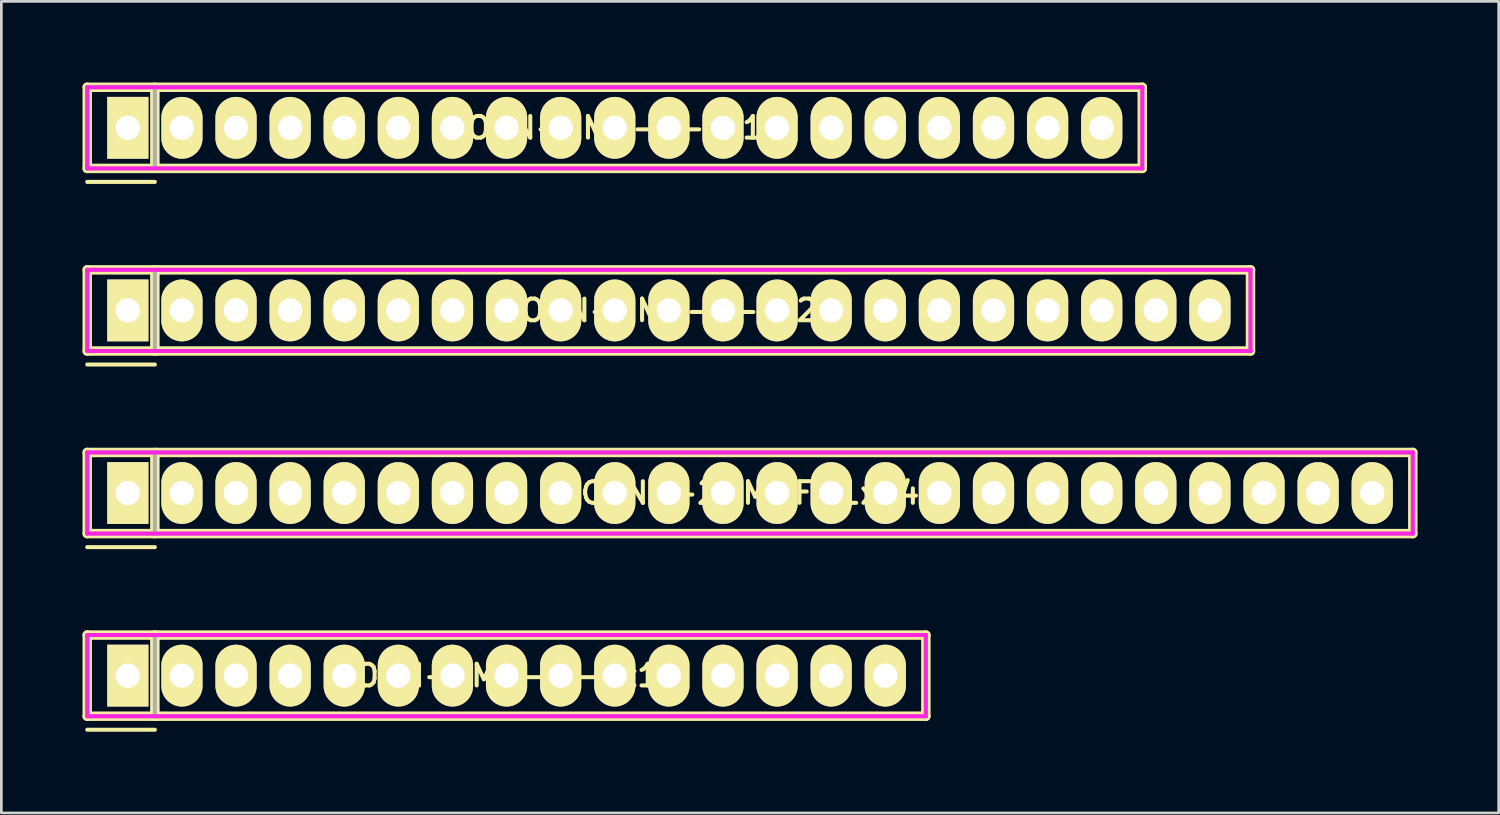
<source format=kicad_pcb>
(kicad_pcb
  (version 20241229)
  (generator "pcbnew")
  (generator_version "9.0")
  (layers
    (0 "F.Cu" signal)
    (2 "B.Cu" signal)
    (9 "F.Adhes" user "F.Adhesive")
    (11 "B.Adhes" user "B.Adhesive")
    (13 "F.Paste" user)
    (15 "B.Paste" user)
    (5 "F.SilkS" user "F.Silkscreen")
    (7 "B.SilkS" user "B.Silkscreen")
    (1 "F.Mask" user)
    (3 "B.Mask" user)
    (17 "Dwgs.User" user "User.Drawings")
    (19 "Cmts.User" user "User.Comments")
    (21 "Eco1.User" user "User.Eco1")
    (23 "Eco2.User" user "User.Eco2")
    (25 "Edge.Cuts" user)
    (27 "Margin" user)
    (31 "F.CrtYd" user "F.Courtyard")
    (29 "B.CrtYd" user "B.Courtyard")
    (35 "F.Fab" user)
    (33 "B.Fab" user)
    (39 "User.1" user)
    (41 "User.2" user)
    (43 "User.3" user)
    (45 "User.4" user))
  (footprint "CONN-2MM-F-1x24"
    (layer "F.Cu")
    (at 24.675 15.175)
    (property "Reference" "CONN-2MM-F-1x24" (at 0 0 0) (layer "F.SilkS") (effects (font (size 0.8 0.8) (thickness 0.15))))
    (attr through_hole)
    (fp_line (start -24.5 -1.5) (end 24.5 -1.5) (stroke (width 0.35) (type solid)) (layer "F.SilkS"))
    (fp_line (start -24.5 1.5) (end -24.5 -1.5) (stroke (width 0.35) (type solid)) (layer "F.SilkS"))
    (fp_line (start -24.5 2) (end -22 2) (stroke (width 0.15) (type solid)) (layer "F.SilkS"))
    (fp_line (start -22 -1.5) (end -22 1.5) (stroke (width 0.35) (type solid)) (layer "F.SilkS"))
    (fp_line (start 24.5 -1.5) (end 24.5 1.5) (stroke (width 0.35) (type solid)) (layer "F.SilkS"))
    (fp_line (start 24.5 1.5) (end -24.5 1.5) (stroke (width 0.35) (type solid)) (layer "F.SilkS"))
    (fp_line (start -24.5 -1.5) (end 24.5 -1.5) (stroke (width 0.15) (type solid)) (layer "F.CrtYd"))
    (fp_line (start -24.5 1.5) (end -24.5 -1.5) (stroke (width 0.15) (type solid)) (layer "F.CrtYd"))
    (fp_line (start 24.5 -1.5) (end 24.5 1.5) (stroke (width 0.15) (type solid)) (layer "F.CrtYd"))
    (fp_line (start 24.5 1.5) (end -24.5 1.5) (stroke (width 0.15) (type solid)) (layer "F.CrtYd"))
    (fp_line (start -24.5 -1.5) (end 24.5 -1.5) (stroke (width 0.15) (type solid)) (layer "F.Fab"))
    (fp_line (start -24.5 1.5) (end -24.5 -1.5) (stroke (width 0.15) (type solid)) (layer "F.Fab"))
    (fp_line (start -22 -1.5) (end -22 1.5) (stroke (width 0.15) (type solid)) (layer "F.Fab"))
    (fp_line (start 24.5 -1.5) (end 24.5 1.5) (stroke (width 0.15) (type solid)) (layer "F.Fab"))
    (fp_line (start 24.5 1.5) (end -24.5 1.5) (stroke (width 0.15) (type solid)) (layer "F.Fab"))
    (pad "1" thru_hole rect (at -23 0) (size 1.524 2.286) (drill 0.9) (layers "*.Cu" "*.Mask" "F.SilkS"))
    (pad "2" thru_hole oval (at -21 0) (size 1.524 2.286) (drill 0.9) (layers "*.Cu" "*.Mask" "F.SilkS"))
    (pad "3" thru_hole oval (at -19 0) (size 1.524 2.286) (drill 0.9) (layers "*.Cu" "*.Mask" "F.SilkS"))
    (pad "4" thru_hole oval (at -17 0) (size 1.524 2.286) (drill 0.9) (layers "*.Cu" "*.Mask" "F.SilkS"))
    (pad "5" thru_hole oval (at -15 0) (size 1.524 2.286) (drill 0.9) (layers "*.Cu" "*.Mask" "F.SilkS"))
    (pad "6" thru_hole oval (at -13 0) (size 1.524 2.286) (drill 0.9) (layers "*.Cu" "*.Mask" "F.SilkS"))
    (pad "7" thru_hole oval (at -11 0) (size 1.524 2.286) (drill 0.9) (layers "*.Cu" "*.Mask" "F.SilkS"))
    (pad "8" thru_hole oval (at -9 0) (size 1.524 2.286) (drill 0.9) (layers "*.Cu" "*.Mask" "F.SilkS"))
    (pad "9" thru_hole oval (at -7 0) (size 1.524 2.286) (drill 0.9) (layers "*.Cu" "*.Mask" "F.SilkS"))
    (pad "10" thru_hole oval (at -5 0) (size 1.524 2.286) (drill 0.9) (layers "*.Cu" "*.Mask" "F.SilkS"))
    (pad "11" thru_hole oval (at -3 0) (size 1.524 2.286) (drill 0.9) (layers "*.Cu" "*.Mask" "F.SilkS"))
    (pad "12" thru_hole oval (at -1 0) (size 1.524 2.286) (drill 0.9) (layers "*.Cu" "*.Mask" "F.SilkS"))
    (pad "13" thru_hole oval (at 1 0) (size 1.524 2.286) (drill 0.9) (layers "*.Cu" "*.Mask" "F.SilkS"))
    (pad "14" thru_hole oval (at 3 0) (size 1.524 2.286) (drill 0.9) (layers "*.Cu" "*.Mask" "F.SilkS"))
    (pad "15" thru_hole oval (at 5 0) (size 1.524 2.286) (drill 0.9) (layers "*.Cu" "*.Mask" "F.SilkS"))
    (pad "16" thru_hole oval (at 7 0) (size 1.524 2.286) (drill 0.9) (layers "*.Cu" "*.Mask" "F.SilkS"))
    (pad "17" thru_hole oval (at 9 0) (size 1.524 2.286) (drill 0.9) (layers "*.Cu" "*.Mask" "F.SilkS"))
    (pad "18" thru_hole oval (at 11 0) (size 1.524 2.286) (drill 0.9) (layers "*.Cu" "*.Mask" "F.SilkS"))
    (pad "19" thru_hole oval (at 13 0) (size 1.524 2.286) (drill 0.9) (layers "*.Cu" "*.Mask" "F.SilkS"))
    (pad "20" thru_hole oval (at 15 0) (size 1.524 2.286) (drill 0.9) (layers "*.Cu" "*.Mask" "F.SilkS"))
    (pad "21" thru_hole oval (at 17 0) (size 1.524 2.286) (drill 0.9) (layers "*.Cu" "*.Mask" "F.SilkS"))
    (pad "22" thru_hole oval (at 19 0) (size 1.524 2.286) (drill 0.9) (layers "*.Cu" "*.Mask" "F.SilkS"))
    (pad "23" thru_hole oval (at 21 0) (size 1.524 2.286) (drill 0.9) (layers "*.Cu" "*.Mask" "F.SilkS"))
    (pad "24" thru_hole oval (at 23 0) (size 1.524 2.286) (drill 0.9) (layers "*.Cu" "*.Mask" "F.SilkS")))
  (footprint "CONN-2MM-F-1x19"
    (layer "F.Cu")
    (at 19.675 1.675)
    (property "Reference" "CONN-2MM-F-1x19" (at 0 0 0) (layer "F.SilkS") (effects (font (size 0.8 0.8) (thickness 0.15))))
    (attr through_hole)
    (fp_line (start -19.5 -1.5) (end 19.5 -1.5) (stroke (width 0.35) (type solid)) (layer "F.SilkS"))
    (fp_line (start -19.5 1.5) (end -19.5 -1.5) (stroke (width 0.35) (type solid)) (layer "F.SilkS"))
    (fp_line (start -19.5 2) (end -17 2) (stroke (width 0.15) (type solid)) (layer "F.SilkS"))
    (fp_line (start -17 -1.5) (end -17 1.5) (stroke (width 0.35) (type solid)) (layer "F.SilkS"))
    (fp_line (start 19.5 -1.5) (end 19.5 1.5) (stroke (width 0.35) (type solid)) (layer "F.SilkS"))
    (fp_line (start 19.5 1.5) (end -19.5 1.5) (stroke (width 0.35) (type solid)) (layer "F.SilkS"))
    (fp_line (start -19.5 -1.5) (end 19.5 -1.5) (stroke (width 0.15) (type solid)) (layer "F.CrtYd"))
    (fp_line (start -19.5 1.5) (end -19.5 -1.5) (stroke (width 0.15) (type solid)) (layer "F.CrtYd"))
    (fp_line (start 19.5 -1.5) (end 19.5 1.5) (stroke (width 0.15) (type solid)) (layer "F.CrtYd"))
    (fp_line (start 19.5 1.5) (end -19.5 1.5) (stroke (width 0.15) (type solid)) (layer "F.CrtYd"))
    (fp_line (start -19.5 -1.5) (end 19.5 -1.5) (stroke (width 0.15) (type solid)) (layer "F.Fab"))
    (fp_line (start -19.5 1.5) (end -19.5 -1.5) (stroke (width 0.15) (type solid)) (layer "F.Fab"))
    (fp_line (start -17 -1.5) (end -17 1.5) (stroke (width 0.15) (type solid)) (layer "F.Fab"))
    (fp_line (start 19.5 -1.5) (end 19.5 1.5) (stroke (width 0.15) (type solid)) (layer "F.Fab"))
    (fp_line (start 19.5 1.5) (end -19.5 1.5) (stroke (width 0.15) (type solid)) (layer "F.Fab"))
    (pad "1" thru_hole rect (at -18 0) (size 1.524 2.286) (drill 0.9) (layers "*.Cu" "*.Mask" "F.SilkS"))
    (pad "2" thru_hole oval (at -16 0) (size 1.524 2.286) (drill 0.9) (layers "*.Cu" "*.Mask" "F.SilkS"))
    (pad "3" thru_hole oval (at -14 0) (size 1.524 2.286) (drill 0.9) (layers "*.Cu" "*.Mask" "F.SilkS"))
    (pad "4" thru_hole oval (at -12 0) (size 1.524 2.286) (drill 0.9) (layers "*.Cu" "*.Mask" "F.SilkS"))
    (pad "5" thru_hole oval (at -10 0) (size 1.524 2.286) (drill 0.9) (layers "*.Cu" "*.Mask" "F.SilkS"))
    (pad "6" thru_hole oval (at -8 0) (size 1.524 2.286) (drill 0.9) (layers "*.Cu" "*.Mask" "F.SilkS"))
    (pad "7" thru_hole oval (at -6 0) (size 1.524 2.286) (drill 0.9) (layers "*.Cu" "*.Mask" "F.SilkS"))
    (pad "8" thru_hole oval (at -4 0) (size 1.524 2.286) (drill 0.9) (layers "*.Cu" "*.Mask" "F.SilkS"))
    (pad "9" thru_hole oval (at -2 0) (size 1.524 2.286) (drill 0.9) (layers "*.Cu" "*.Mask" "F.SilkS"))
    (pad "10" thru_hole oval (at 0 0) (size 1.524 2.286) (drill 0.9) (layers "*.Cu" "*.Mask" "F.SilkS"))
    (pad "11" thru_hole oval (at 2 0) (size 1.524 2.286) (drill 0.9) (layers "*.Cu" "*.Mask" "F.SilkS"))
    (pad "12" thru_hole oval (at 4 0) (size 1.524 2.286) (drill 0.9) (layers "*.Cu" "*.Mask" "F.SilkS"))
    (pad "13" thru_hole oval (at 6 0) (size 1.524 2.286) (drill 0.9) (layers "*.Cu" "*.Mask" "F.SilkS"))
    (pad "14" thru_hole oval (at 8 0) (size 1.524 2.286) (drill 0.9) (layers "*.Cu" "*.Mask" "F.SilkS"))
    (pad "15" thru_hole oval (at 10 0) (size 1.524 2.286) (drill 0.9) (layers "*.Cu" "*.Mask" "F.SilkS"))
    (pad "16" thru_hole oval (at 12 0) (size 1.524 2.286) (drill 0.9) (layers "*.Cu" "*.Mask" "F.SilkS"))
    (pad "17" thru_hole oval (at 14 0) (size 1.524 2.286) (drill 0.9) (layers "*.Cu" "*.Mask" "F.SilkS"))
    (pad "18" thru_hole oval (at 16 0) (size 1.524 2.286) (drill 0.9) (layers "*.Cu" "*.Mask" "F.SilkS"))
    (pad "19" thru_hole oval (at 18 0) (size 1.524 2.286) (drill 0.9) (layers "*.Cu" "*.Mask" "F.SilkS")))
  (footprint "CONN-2MM-M-1x15"
    (layer "F.Cu")
    (at 15.675 21.925)
    (property "Reference" "CONN-2MM-M-1x15" (at 0 0 0) (layer "F.SilkS") (effects (font (size 0.8 0.8) (thickness 0.15))))
    (attr through_hole)
    (fp_line (start -15.5 -1.5) (end 15.5 -1.5) (stroke (width 0.35) (type solid)) (layer "F.SilkS"))
    (fp_line (start -15.5 1.5) (end -15.5 -1.5) (stroke (width 0.35) (type solid)) (layer "F.SilkS"))
    (fp_line (start -15.5 2) (end -13 2) (stroke (width 0.15) (type solid)) (layer "F.SilkS"))
    (fp_line (start -13 -1.5) (end -13 1.5) (stroke (width 0.35) (type solid)) (layer "F.SilkS"))
    (fp_line (start 15.5 -1.5) (end 15.5 1.5) (stroke (width 0.35) (type solid)) (layer "F.SilkS"))
    (fp_line (start 15.5 1.5) (end -15.5 1.5) (stroke (width 0.35) (type solid)) (layer "F.SilkS"))
    (fp_line (start -15.5 -1.5) (end 15.5 -1.5) (stroke (width 0.15) (type solid)) (layer "F.CrtYd"))
    (fp_line (start -15.5 1.5) (end -15.5 -1.5) (stroke (width 0.15) (type solid)) (layer "F.CrtYd"))
    (fp_line (start 15.5 -1.5) (end 15.5 1.5) (stroke (width 0.15) (type solid)) (layer "F.CrtYd"))
    (fp_line (start 15.5 1.5) (end -15.5 1.5) (stroke (width 0.15) (type solid)) (layer "F.CrtYd"))
    (fp_line (start -15.5 -1.5) (end 15.5 -1.5) (stroke (width 0.15) (type solid)) (layer "F.Fab"))
    (fp_line (start -15.5 1.5) (end -15.5 -1.5) (stroke (width 0.15) (type solid)) (layer "F.Fab"))
    (fp_line (start -13 -1.5) (end -13 1.5) (stroke (width 0.15) (type solid)) (layer "F.Fab"))
    (fp_line (start 15.5 -1.5) (end 15.5 1.5) (stroke (width 0.15) (type solid)) (layer "F.Fab"))
    (fp_line (start 15.5 1.5) (end -15.5 1.5) (stroke (width 0.15) (type solid)) (layer "F.Fab"))
    (pad "1" thru_hole rect (at -14 0) (size 1.524 2.286) (drill 0.9) (layers "*.Cu" "*.Mask" "F.SilkS"))
    (pad "2" thru_hole oval (at -12 0) (size 1.524 2.286) (drill 0.9) (layers "*.Cu" "*.Mask" "F.SilkS"))
    (pad "3" thru_hole oval (at -10 0) (size 1.524 2.286) (drill 0.9) (layers "*.Cu" "*.Mask" "F.SilkS"))
    (pad "4" thru_hole oval (at -8 0) (size 1.524 2.286) (drill 0.9) (layers "*.Cu" "*.Mask" "F.SilkS"))
    (pad "5" thru_hole oval (at -6 0) (size 1.524 2.286) (drill 0.9) (layers "*.Cu" "*.Mask" "F.SilkS"))
    (pad "6" thru_hole oval (at -4 0) (size 1.524 2.286) (drill 0.9) (layers "*.Cu" "*.Mask" "F.SilkS"))
    (pad "7" thru_hole oval (at -2 0) (size 1.524 2.286) (drill 0.9) (layers "*.Cu" "*.Mask" "F.SilkS"))
    (pad "8" thru_hole oval (at 0 0) (size 1.524 2.286) (drill 0.9) (layers "*.Cu" "*.Mask" "F.SilkS"))
    (pad "9" thru_hole oval (at 2 0) (size 1.524 2.286) (drill 0.9) (layers "*.Cu" "*.Mask" "F.SilkS"))
    (pad "10" thru_hole oval (at 4 0) (size 1.524 2.286) (drill 0.9) (layers "*.Cu" "*.Mask" "F.SilkS"))
    (pad "11" thru_hole oval (at 6 0) (size 1.524 2.286) (drill 0.9) (layers "*.Cu" "*.Mask" "F.SilkS"))
    (pad "12" thru_hole oval (at 8 0) (size 1.524 2.286) (drill 0.9) (layers "*.Cu" "*.Mask" "F.SilkS"))
    (pad "13" thru_hole oval (at 10 0) (size 1.524 2.286) (drill 0.9) (layers "*.Cu" "*.Mask" "F.SilkS"))
    (pad "14" thru_hole oval (at 12 0) (size 1.524 2.286) (drill 0.9) (layers "*.Cu" "*.Mask" "F.SilkS"))
    (pad "15" thru_hole oval (at 14 0) (size 1.524 2.286) (drill 0.9) (layers "*.Cu" "*.Mask" "F.SilkS")))
  (footprint "CONN-2MM-F-1x21"
    (layer "F.Cu")
    (at 21.675 8.425)
    (property "Reference" "CONN-2MM-F-1x21" (at 0 0 0) (layer "F.SilkS") (effects (font (size 0.8 0.8) (thickness 0.15))))
    (attr through_hole)
    (fp_line (start -21.5 -1.5) (end 21.5 -1.5) (stroke (width 0.35) (type solid)) (layer "F.SilkS"))
    (fp_line (start -21.5 1.5) (end -21.5 -1.5) (stroke (width 0.35) (type solid)) (layer "F.SilkS"))
    (fp_line (start -21.5 2) (end -19 2) (stroke (width 0.15) (type solid)) (layer "F.SilkS"))
    (fp_line (start -19 -1.5) (end -19 1.5) (stroke (width 0.35) (type solid)) (layer "F.SilkS"))
    (fp_line (start 21.5 -1.5) (end 21.5 1.5) (stroke (width 0.35) (type solid)) (layer "F.SilkS"))
    (fp_line (start 21.5 1.5) (end -21.5 1.5) (stroke (width 0.35) (type solid)) (layer "F.SilkS"))
    (fp_line (start -21.5 -1.5) (end 21.5 -1.5) (stroke (width 0.15) (type solid)) (layer "F.CrtYd"))
    (fp_line (start -21.5 1.5) (end -21.5 -1.5) (stroke (width 0.15) (type solid)) (layer "F.CrtYd"))
    (fp_line (start 21.5 -1.5) (end 21.5 1.5) (stroke (width 0.15) (type solid)) (layer "F.CrtYd"))
    (fp_line (start 21.5 1.5) (end -21.5 1.5) (stroke (width 0.15) (type solid)) (layer "F.CrtYd"))
    (fp_line (start -21.5 -1.5) (end 21.5 -1.5) (stroke (width 0.15) (type solid)) (layer "F.Fab"))
    (fp_line (start -21.5 1.5) (end -21.5 -1.5) (stroke (width 0.15) (type solid)) (layer "F.Fab"))
    (fp_line (start -19 -1.5) (end -19 1.5) (stroke (width 0.15) (type solid)) (layer "F.Fab"))
    (fp_line (start 21.5 -1.5) (end 21.5 1.5) (stroke (width 0.15) (type solid)) (layer "F.Fab"))
    (fp_line (start 21.5 1.5) (end -21.5 1.5) (stroke (width 0.15) (type solid)) (layer "F.Fab"))
    (pad "1" thru_hole rect (at -20 0) (size 1.524 2.286) (drill 0.9) (layers "*.Cu" "*.Mask" "F.SilkS"))
    (pad "2" thru_hole oval (at -18 0) (size 1.524 2.286) (drill 0.9) (layers "*.Cu" "*.Mask" "F.SilkS"))
    (pad "3" thru_hole oval (at -16 0) (size 1.524 2.286) (drill 0.9) (layers "*.Cu" "*.Mask" "F.SilkS"))
    (pad "4" thru_hole oval (at -14 0) (size 1.524 2.286) (drill 0.9) (layers "*.Cu" "*.Mask" "F.SilkS"))
    (pad "5" thru_hole oval (at -12 0) (size 1.524 2.286) (drill 0.9) (layers "*.Cu" "*.Mask" "F.SilkS"))
    (pad "6" thru_hole oval (at -10 0) (size 1.524 2.286) (drill 0.9) (layers "*.Cu" "*.Mask" "F.SilkS"))
    (pad "7" thru_hole oval (at -8 0) (size 1.524 2.286) (drill 0.9) (layers "*.Cu" "*.Mask" "F.SilkS"))
    (pad "8" thru_hole oval (at -6 0) (size 1.524 2.286) (drill 0.9) (layers "*.Cu" "*.Mask" "F.SilkS"))
    (pad "9" thru_hole oval (at -4 0) (size 1.524 2.286) (drill 0.9) (layers "*.Cu" "*.Mask" "F.SilkS"))
    (pad "10" thru_hole oval (at -2 0) (size 1.524 2.286) (drill 0.9) (layers "*.Cu" "*.Mask" "F.SilkS"))
    (pad "11" thru_hole oval (at 0 0) (size 1.524 2.286) (drill 0.9) (layers "*.Cu" "*.Mask" "F.SilkS"))
    (pad "12" thru_hole oval (at 2 0) (size 1.524 2.286) (drill 0.9) (layers "*.Cu" "*.Mask" "F.SilkS"))
    (pad "13" thru_hole oval (at 4 0) (size 1.524 2.286) (drill 0.9) (layers "*.Cu" "*.Mask" "F.SilkS"))
    (pad "14" thru_hole oval (at 6 0) (size 1.524 2.286) (drill 0.9) (layers "*.Cu" "*.Mask" "F.SilkS"))
    (pad "15" thru_hole oval (at 8 0) (size 1.524 2.286) (drill 0.9) (layers "*.Cu" "*.Mask" "F.SilkS"))
    (pad "16" thru_hole oval (at 10 0) (size 1.524 2.286) (drill 0.9) (layers "*.Cu" "*.Mask" "F.SilkS"))
    (pad "17" thru_hole oval (at 12 0) (size 1.524 2.286) (drill 0.9) (layers "*.Cu" "*.Mask" "F.SilkS"))
    (pad "18" thru_hole oval (at 14 0) (size 1.524 2.286) (drill 0.9) (layers "*.Cu" "*.Mask" "F.SilkS"))
    (pad "19" thru_hole oval (at 16 0) (size 1.524 2.286) (drill 0.9) (layers "*.Cu" "*.Mask" "F.SilkS"))
    (pad "20" thru_hole oval (at 18 0) (size 1.524 2.286) (drill 0.9) (layers "*.Cu" "*.Mask" "F.SilkS"))
    (pad "21" thru_hole oval (at 20 0) (size 1.524 2.286) (drill 0.9) (layers "*.Cu" "*.Mask" "F.SilkS")))
  (gr_rect
    (start -3 -3)
    (end 52.35 27)
    (stroke (width 0.1) (type default))
    (fill no)
    (layer "Edge.Cuts")))
</source>
